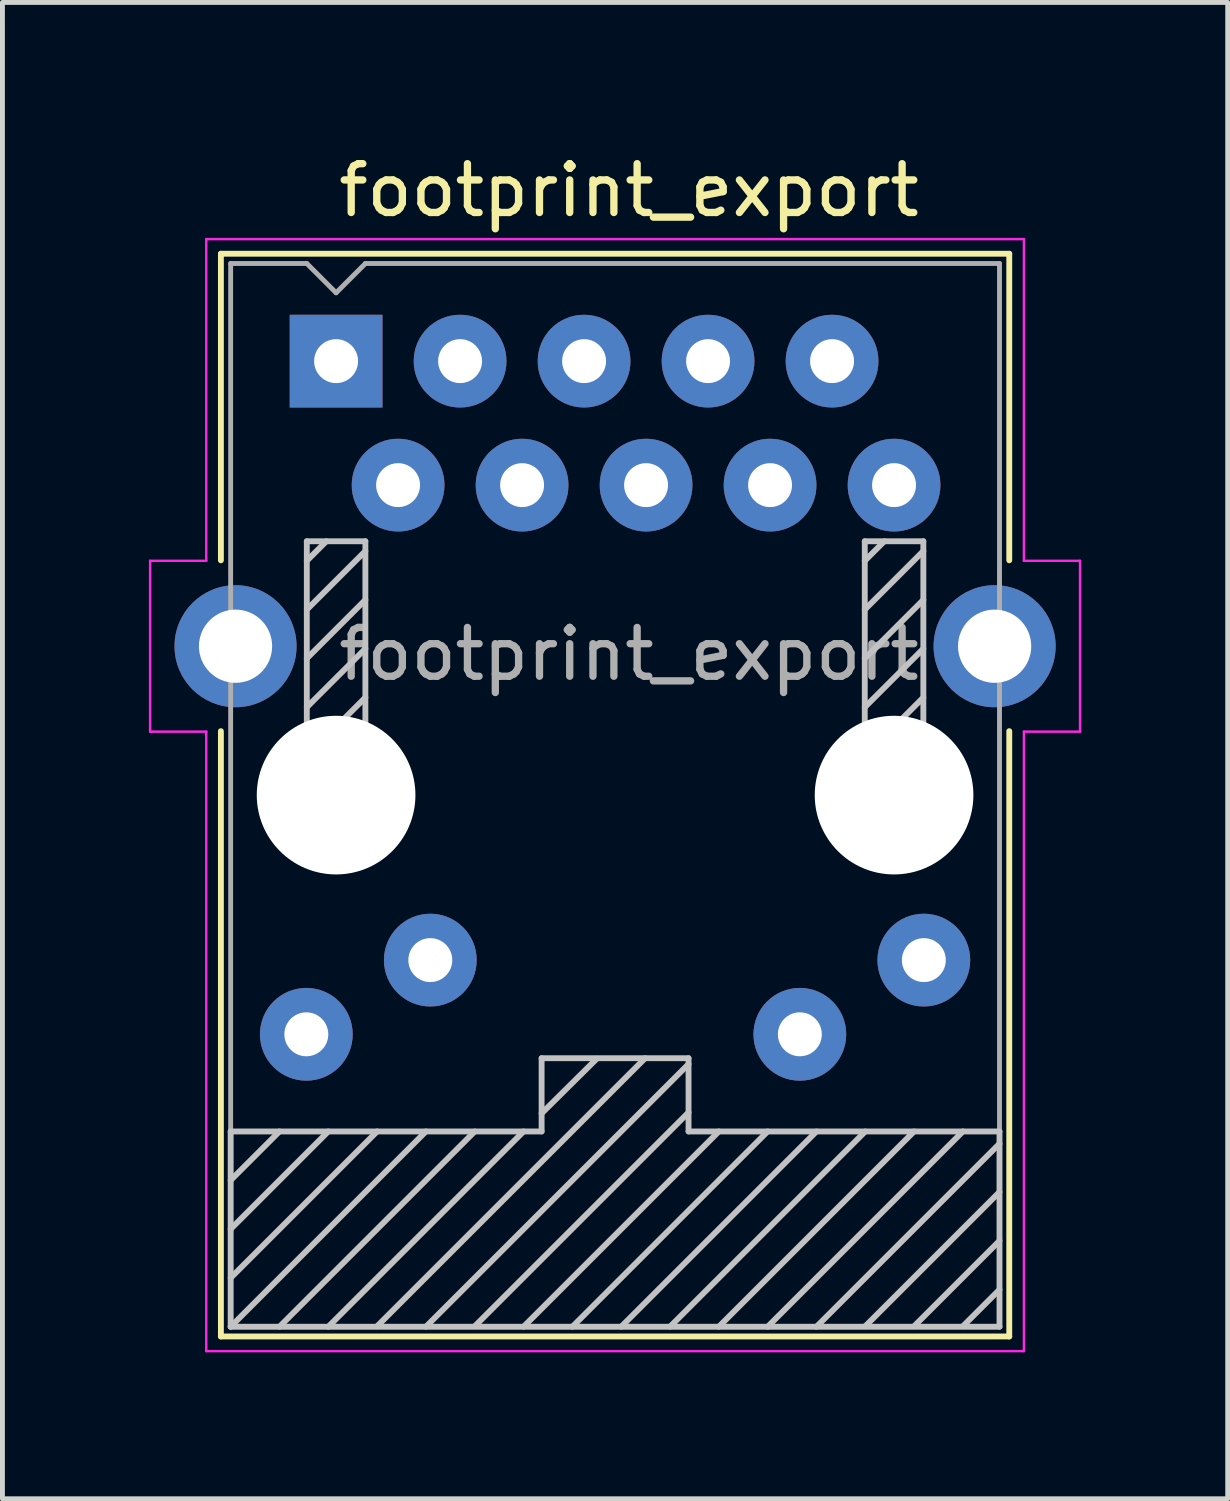
<source format=kicad_pcb>
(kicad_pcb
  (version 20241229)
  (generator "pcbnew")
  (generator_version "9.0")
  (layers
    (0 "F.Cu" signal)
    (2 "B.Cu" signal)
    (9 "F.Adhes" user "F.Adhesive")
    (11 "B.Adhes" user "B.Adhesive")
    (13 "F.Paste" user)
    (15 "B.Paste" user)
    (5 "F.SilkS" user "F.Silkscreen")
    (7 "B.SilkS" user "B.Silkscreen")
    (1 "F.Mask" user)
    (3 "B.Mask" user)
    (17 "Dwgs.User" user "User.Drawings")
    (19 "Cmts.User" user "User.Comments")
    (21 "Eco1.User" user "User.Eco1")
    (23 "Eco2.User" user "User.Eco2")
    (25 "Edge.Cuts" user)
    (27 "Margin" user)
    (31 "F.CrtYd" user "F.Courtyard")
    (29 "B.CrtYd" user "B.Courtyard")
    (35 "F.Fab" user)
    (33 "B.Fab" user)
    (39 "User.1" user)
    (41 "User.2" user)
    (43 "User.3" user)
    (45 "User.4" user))
  (footprint "footprint_export"
    (layer "F.Cu")
    (at 3.835 4.348)
    (property "Reference" "footprint_export" (at 6 -3.5 0) (layer "F.SilkS") (effects (font (size 1 1) (thickness 0.15))))
    (attr through_hole)
    (fp_line (start -2.36 -2.2) (end 13.79 -2.2) (stroke (width 0.12) (type solid)) (layer "F.SilkS"))
    (fp_line (start -2.36 4.08) (end -2.36 -2.2) (stroke (width 0.12) (type solid)) (layer "F.SilkS"))
    (fp_line (start -2.36 19.98) (end -2.36 7.58) (stroke (width 0.12) (type solid)) (layer "F.SilkS"))
    (fp_line (start 13.79 4.08) (end 13.79 -2.2) (stroke (width 0.12) (type solid)) (layer "F.SilkS"))
    (fp_line (start 13.79 19.98) (end -2.36 19.98) (stroke (width 0.12) (type solid)) (layer "F.SilkS"))
    (fp_line (start 13.79 19.98) (end 13.79 7.58) (stroke (width 0.12) (type solid)) (layer "F.SilkS"))
    (fp_line (start -2.16 15.78) (end 4.21 15.78) (stroke (width 0.12) (type solid)) (layer "Dwgs.User"))
    (fp_line (start -2.16 16.78) (end -1.16 15.78) (stroke (width 0.12) (type solid)) (layer "Dwgs.User"))
    (fp_line (start -2.16 17.78) (end -0.16 15.78) (stroke (width 0.12) (type solid)) (layer "Dwgs.User"))
    (fp_line (start -2.16 18.78) (end 0.84 15.78) (stroke (width 0.12) (type solid)) (layer "Dwgs.User"))
    (fp_line (start -2.16 19.78) (end -2.16 15.78) (stroke (width 0.12) (type solid)) (layer "Dwgs.User"))
    (fp_line (start -2.16 19.78) (end 1.84 15.78) (stroke (width 0.12) (type solid)) (layer "Dwgs.User"))
    (fp_line (start -1.16 19.78) (end 2.84 15.78) (stroke (width 0.12) (type solid)) (layer "Dwgs.User"))
    (fp_line (start -0.6 3.69) (end -0.6 9.09) (stroke (width 0.12) (type solid)) (layer "Dwgs.User"))
    (fp_line (start -0.6 4.09) (end -0.2 3.69) (stroke (width 0.12) (type solid)) (layer "Dwgs.User"))
    (fp_line (start -0.6 5.09) (end 0.6 3.89) (stroke (width 0.12) (type solid)) (layer "Dwgs.User"))
    (fp_line (start -0.6 6.09) (end 0.6 4.89) (stroke (width 0.12) (type solid)) (layer "Dwgs.User"))
    (fp_line (start -0.6 7.09) (end 0.6 5.89) (stroke (width 0.12) (type solid)) (layer "Dwgs.User"))
    (fp_line (start -0.6 8.09) (end 0.6 6.89) (stroke (width 0.12) (type solid)) (layer "Dwgs.User"))
    (fp_line (start -0.6 9.09) (end 0.6 7.89) (stroke (width 0.12) (type solid)) (layer "Dwgs.User"))
    (fp_line (start -0.6 9.09) (end 0.6 9.09) (stroke (width 0.12) (type solid)) (layer "Dwgs.User"))
    (fp_line (start -0.16 19.78) (end 3.84 15.78) (stroke (width 0.12) (type solid)) (layer "Dwgs.User"))
    (fp_line (start 0.6 3.69) (end -0.6 3.69) (stroke (width 0.12) (type solid)) (layer "Dwgs.User"))
    (fp_line (start 0.6 9.09) (end 0.6 3.69) (stroke (width 0.12) (type solid)) (layer "Dwgs.User"))
    (fp_line (start 0.84 19.77) (end 6.33 14.28) (stroke (width 0.12) (type solid)) (layer "Dwgs.User"))
    (fp_line (start 1.84 19.78) (end 7.22 14.4) (stroke (width 0.12) (type solid)) (layer "Dwgs.User"))
    (fp_line (start 2.84 19.77) (end 7.22 15.39) (stroke (width 0.12) (type solid)) (layer "Dwgs.User"))
    (fp_line (start 3.84 19.78) (end 7.84 15.78) (stroke (width 0.12) (type solid)) (layer "Dwgs.User"))
    (fp_line (start 4.21 14.28) (end 7.22 14.28) (stroke (width 0.12) (type solid)) (layer "Dwgs.User"))
    (fp_line (start 4.21 15.41) (end 5.34 14.29) (stroke (width 0.12) (type solid)) (layer "Dwgs.User"))
    (fp_line (start 4.21 15.78) (end 4.21 14.28) (stroke (width 0.12) (type solid)) (layer "Dwgs.User"))
    (fp_line (start 4.84 19.78) (end 8.84 15.78) (stroke (width 0.12) (type solid)) (layer "Dwgs.User"))
    (fp_line (start 5.84 19.78) (end 9.84 15.78) (stroke (width 0.12) (type solid)) (layer "Dwgs.User"))
    (fp_line (start 6.84 19.78) (end 10.84 15.78) (stroke (width 0.12) (type solid)) (layer "Dwgs.User"))
    (fp_line (start 7.22 14.28) (end 7.22 15.78) (stroke (width 0.12) (type solid)) (layer "Dwgs.User"))
    (fp_line (start 7.22 15.78) (end 13.59 15.78) (stroke (width 0.12) (type solid)) (layer "Dwgs.User"))
    (fp_line (start 7.84 19.78) (end 11.84 15.78) (stroke (width 0.12) (type solid)) (layer "Dwgs.User"))
    (fp_line (start 8.84 19.78) (end 12.84 15.78) (stroke (width 0.12) (type solid)) (layer "Dwgs.User"))
    (fp_line (start 9.84 19.78) (end 13.59 16.03) (stroke (width 0.12) (type solid)) (layer "Dwgs.User"))
    (fp_line (start 10.83 3.69) (end 10.83 9.09) (stroke (width 0.12) (type solid)) (layer "Dwgs.User"))
    (fp_line (start 10.83 4.09) (end 11.23 3.69) (stroke (width 0.12) (type solid)) (layer "Dwgs.User"))
    (fp_line (start 10.83 5.09) (end 12.03 3.89) (stroke (width 0.12) (type solid)) (layer "Dwgs.User"))
    (fp_line (start 10.83 6.09) (end 12.03 4.89) (stroke (width 0.12) (type solid)) (layer "Dwgs.User"))
    (fp_line (start 10.83 7.09) (end 12.03 5.89) (stroke (width 0.12) (type solid)) (layer "Dwgs.User"))
    (fp_line (start 10.83 8.09) (end 12.03 6.89) (stroke (width 0.12) (type solid)) (layer "Dwgs.User"))
    (fp_line (start 10.83 9.09) (end 12.03 7.89) (stroke (width 0.12) (type solid)) (layer "Dwgs.User"))
    (fp_line (start 10.83 9.09) (end 12.03 9.09) (stroke (width 0.12) (type solid)) (layer "Dwgs.User"))
    (fp_line (start 10.84 19.77) (end 13.59 17.02) (stroke (width 0.12) (type solid)) (layer "Dwgs.User"))
    (fp_line (start 11.84 19.77) (end 13.59 18.02) (stroke (width 0.12) (type solid)) (layer "Dwgs.User"))
    (fp_line (start 12.03 3.69) (end 10.83 3.69) (stroke (width 0.12) (type solid)) (layer "Dwgs.User"))
    (fp_line (start 12.03 9.09) (end 12.03 3.69) (stroke (width 0.12) (type solid)) (layer "Dwgs.User"))
    (fp_line (start 12.84 19.77) (end 13.59 19.02) (stroke (width 0.12) (type solid)) (layer "Dwgs.User"))
    (fp_line (start 13.59 15.78) (end 13.59 19.78) (stroke (width 0.12) (type solid)) (layer "Dwgs.User"))
    (fp_line (start 13.59 19.78) (end -2.16 19.78) (stroke (width 0.12) (type solid)) (layer "Dwgs.User"))
    (fp_line (start -3.81 4.09) (end -3.81 7.59) (stroke (width 0.05) (type solid)) (layer "F.CrtYd"))
    (fp_line (start -3.81 7.59) (end -2.66 7.59) (stroke (width 0.05) (type solid)) (layer "F.CrtYd"))
    (fp_line (start -2.66 -2.5) (end 14.09 -2.5) (stroke (width 0.05) (type solid)) (layer "F.CrtYd"))
    (fp_line (start -2.66 4.09) (end -3.81 4.09) (stroke (width 0.05) (type solid)) (layer "F.CrtYd"))
    (fp_line (start -2.66 4.09) (end -2.66 -2.5) (stroke (width 0.05) (type solid)) (layer "F.CrtYd"))
    (fp_line (start -2.66 7.59) (end -2.66 20.28) (stroke (width 0.05) (type solid)) (layer "F.CrtYd"))
    (fp_line (start 14.09 -2.5) (end 14.09 4.09) (stroke (width 0.05) (type solid)) (layer "F.CrtYd"))
    (fp_line (start 14.09 4.09) (end 15.24 4.09) (stroke (width 0.05) (type solid)) (layer "F.CrtYd"))
    (fp_line (start 14.09 7.59) (end 14.09 20.28) (stroke (width 0.05) (type solid)) (layer "F.CrtYd"))
    (fp_line (start 14.09 20.28) (end -2.66 20.28) (stroke (width 0.05) (type solid)) (layer "F.CrtYd"))
    (fp_line (start 15.24 4.09) (end 15.24 7.59) (stroke (width 0.05) (type solid)) (layer "F.CrtYd"))
    (fp_line (start 15.24 7.59) (end 14.09 7.59) (stroke (width 0.05) (type solid)) (layer "F.CrtYd"))
    (fp_line (start -2.16 19.78) (end -2.16 -2) (stroke (width 0.1) (type solid)) (layer "F.Fab"))
    (fp_line (start -0.6 -2) (end -2.16 -2) (stroke (width 0.1) (type solid)) (layer "F.Fab"))
    (fp_line (start 0 -1.4) (end -0.6 -2) (stroke (width 0.1) (type solid)) (layer "F.Fab"))
    (fp_line (start 0 -1.4) (end 0.6 -2) (stroke (width 0.1) (type solid)) (layer "F.Fab"))
    (fp_line (start 0.6 -2) (end 13.59 -2) (stroke (width 0.1) (type solid)) (layer "F.Fab"))
    (fp_line (start 13.59 -2) (end 13.59 19.78) (stroke (width 0.1) (type solid)) (layer "F.Fab"))
    (fp_line (start 13.59 19.78) (end -2.16 19.78) (stroke (width 0.1) (type solid)) (layer "F.Fab"))
    (fp_text user "${REFERENCE}" (at 6 6 0) (layer "F.Fab") (effects (font (size 1 1) (thickness 0.15))))
    (pad "" np_thru_hole circle (at 0 8.89) (size 3.25 3.25) (drill 3.25) (layers "*.Cu" "*.Mask"))
    (pad "" np_thru_hole circle (at 11.43 8.89) (size 3.25 3.25) (drill 3.25) (layers "*.Cu" "*.Mask"))
    (pad "L1" thru_hole circle (at 12.04 12.27) (size 1.9 1.9) (drill 0.9) (layers "*.Cu" "*.Mask"))
    (pad "L2" thru_hole circle (at 9.5 13.79) (size 1.9 1.9) (drill 0.9) (layers "*.Cu" "*.Mask"))
    (pad "L3" thru_hole circle (at 1.93 12.27) (size 1.9 1.9) (drill 0.9) (layers "*.Cu" "*.Mask"))
    (pad "L4" thru_hole circle (at -0.61 13.79) (size 1.9 1.9) (drill 0.9) (layers "*.Cu" "*.Mask"))
    (pad "R1" thru_hole rect (at 0 0) (size 1.9 1.9) (drill 0.9) (layers "*.Cu" "*.Mask"))
    (pad "R2" thru_hole circle (at 1.27 2.54) (size 1.9 1.9) (drill 0.9) (layers "*.Cu" "*.Mask"))
    (pad "R3" thru_hole circle (at 2.54 0) (size 1.9 1.9) (drill 0.9) (layers "*.Cu" "*.Mask"))
    (pad "R4" thru_hole circle (at 3.81 2.54) (size 1.9 1.9) (drill 0.9) (layers "*.Cu" "*.Mask"))
    (pad "R5" thru_hole circle (at 5.08 0) (size 1.9 1.9) (drill 0.9) (layers "*.Cu" "*.Mask"))
    (pad "R6" thru_hole circle (at 6.35 2.54) (size 1.9 1.9) (drill 0.9) (layers "*.Cu" "*.Mask"))
    (pad "R7" thru_hole circle (at 7.62 0) (size 1.9 1.9) (drill 0.9) (layers "*.Cu" "*.Mask"))
    (pad "R8" thru_hole circle (at 8.89 2.54) (size 1.9 1.9) (drill 0.9) (layers "*.Cu" "*.Mask"))
    (pad "R9" thru_hole circle (at 10.16 0) (size 1.9 1.9) (drill 0.9) (layers "*.Cu" "*.Mask"))
    (pad "R10" thru_hole circle (at 11.43 2.54) (size 1.9 1.9) (drill 0.9) (layers "*.Cu" "*.Mask"))
    (pad "SH" thru_hole circle (at -2.06 5.84) (size 2.5 2.5) (drill 1.5) (layers "*.Cu" "*.Mask"))
    (pad "SH" thru_hole circle (at 13.49 5.84) (size 2.5 2.5) (drill 1.5) (layers "*.Cu" "*.Mask")))
  (gr_rect
    (start -3 -3)
    (end 22.1 27.653)
    (stroke (width 0.1) (type default))
    (fill no)
    (layer "Edge.Cuts")))
</source>
